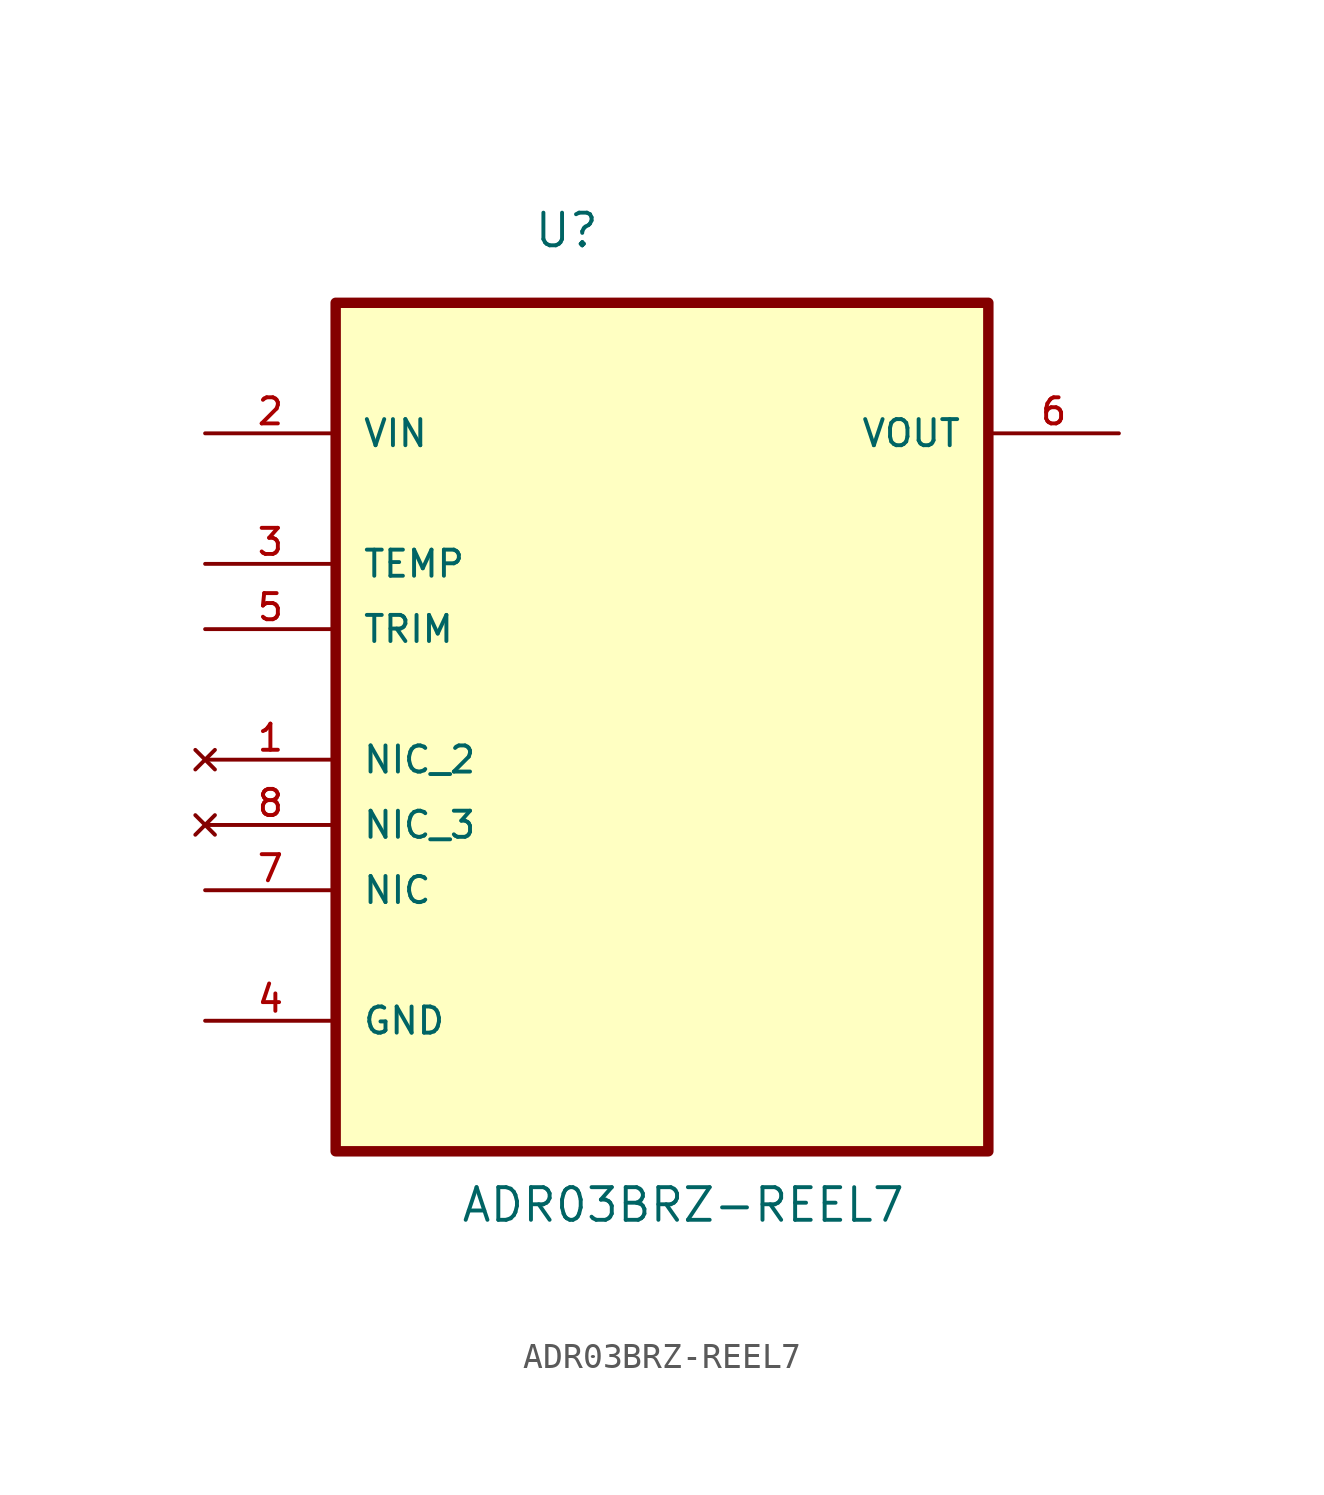
<source format=kicad_sym>
(kicad_symbol_lib
  (version 20211014)
  (generator kicad_symbol_editor)
  (symbol "ADR03BRZ-REEL7"
    (pin_names
      (offset 1.016))
    (property "Reference" "U"
      (at -5.018 14.774 0.0)
      (effects (font (size 1.27 1.27)) (justify bottom left)))
    (property "Value" "ADR03BRZ-REEL7"
      (at -7.861 -23.15 0.0)
      (effects (font (size 1.27 1.27)) (justify bottom left)))
    (symbol "ADR03BRZ-REEL7_0_0"
      (rectangle (start -12.7 -20.32) (end 12.7 12.7) (stroke (width 0.406)) (fill (type background)))
      (pin input line (at -17.78 7.62 0) (length 5.08) (name "VIN" (effects (font (size 1.016 1.016)))) (number "2" (effects (font (size 1.016 1.016)))))
      (pin passive line (at -17.78 2.54 0) (length 5.08) (name "TEMP" (effects (font (size 1.016 1.016)))) (number "3" (effects (font (size 1.016 1.016)))))
      (pin passive line (at -17.78 0.0 0) (length 5.08) (name "TRIM" (effects (font (size 1.016 1.016)))) (number "5" (effects (font (size 1.016 1.016)))))
      (pin no_connect line (at -17.78 -5.08 0) (length 5.08) (name "NIC_2" (effects (font (size 1.016 1.016)))) (number "1" (effects (font (size 1.016 1.016)))))
      (pin no_connect line (at -17.78 -7.62 0) (length 5.08) (name "NIC_3" (effects (font (size 1.016 1.016)))) (number "8" (effects (font (size 1.016 1.016)))))
      (pin passive line (at -17.78 -10.16 0) (length 5.08) (name "NIC" (effects (font (size 1.016 1.016)))) (number "7" (effects (font (size 1.016 1.016)))))
      (pin passive line (at -17.78 -15.24 0) (length 5.08) (name "GND" (effects (font (size 1.016 1.016)))) (number "4" (effects (font (size 1.016 1.016)))))
      (pin output line (at 17.78 7.62 180.0) (length 5.08) (name "VOUT" (effects (font (size 1.016 1.016)))) (number "6" (effects (font (size 1.016 1.016))))))))
</source>
